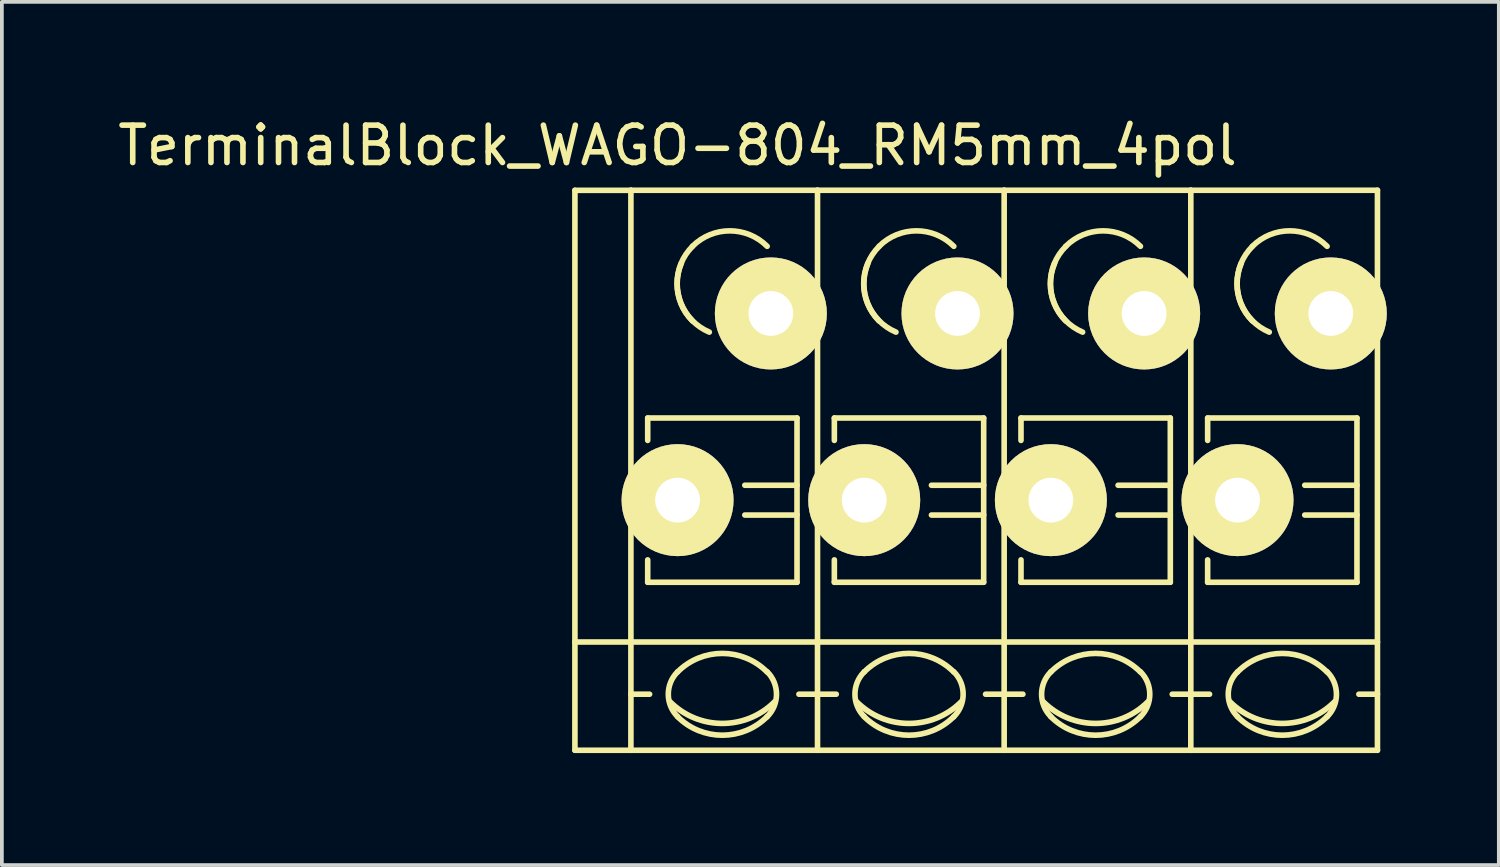
<source format=kicad_pcb>
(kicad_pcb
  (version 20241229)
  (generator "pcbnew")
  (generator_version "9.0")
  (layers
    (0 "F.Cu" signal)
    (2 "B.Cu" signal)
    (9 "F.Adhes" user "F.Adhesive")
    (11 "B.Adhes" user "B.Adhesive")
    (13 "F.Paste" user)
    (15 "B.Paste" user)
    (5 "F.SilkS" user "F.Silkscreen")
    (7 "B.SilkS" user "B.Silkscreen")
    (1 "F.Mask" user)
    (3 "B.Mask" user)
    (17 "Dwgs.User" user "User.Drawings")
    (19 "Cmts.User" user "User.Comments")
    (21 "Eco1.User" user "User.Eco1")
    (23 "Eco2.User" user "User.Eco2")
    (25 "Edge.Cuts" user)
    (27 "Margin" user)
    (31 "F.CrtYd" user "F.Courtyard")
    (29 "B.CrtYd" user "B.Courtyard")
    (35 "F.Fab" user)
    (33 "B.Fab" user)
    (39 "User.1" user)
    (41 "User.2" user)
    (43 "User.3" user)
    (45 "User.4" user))
  (footprint "TerminalBlock_WAGO-804_RM5mm_4pol"
    (layer "F.Cu")
    (at 15.101 10.348)
    (property "Reference" "TerminalBlock_WAGO-804_RM5mm_4pol" (at 0 -9.5 0) (layer "F.SilkS") (effects (font (size 1 1) (thickness 0.15))))
    (attr through_hole)
    (fp_line (start -2.75 -8.3) (end -1.25 -8.3) (stroke (width 0.15) (type solid)) (layer "F.SilkS"))
    (fp_line (start -2.75 6.7) (end -2.75 -8.3) (stroke (width 0.15) (type solid)) (layer "F.SilkS"))
    (fp_line (start -1.25 6.7) (end -2.75 6.7) (stroke (width 0.15) (type solid)) (layer "F.SilkS"))
    (fp_line (start -1.25 5.199) (end -0.749 5.199) (stroke (width 0.15) (type solid)) (layer "F.SilkS"))
    (fp_line (start -1.25 6.701) (end -1.25 -8.301) (stroke (width 0.15) (type solid)) (layer "F.SilkS"))
    (fp_line (start -0.8 -2.2) (end -0.8 -1.6) (stroke (width 0.15) (type solid)) (layer "F.SilkS"))
    (fp_line (start -0.8 -2.2) (end 3.2 -2.2) (stroke (width 0.15) (type solid)) (layer "F.SilkS"))
    (fp_line (start -0.8 2.2) (end -0.8 1.6) (stroke (width 0.15) (type solid)) (layer "F.SilkS"))
    (fp_line (start 3.2 -2.2) (end 3.2 2.2) (stroke (width 0.15) (type solid)) (layer "F.SilkS"))
    (fp_line (start 3.2 -0.399) (end 1.801 -0.399) (stroke (width 0.15) (type solid)) (layer "F.SilkS"))
    (fp_line (start 3.2 0.399) (end 1.801 0.399) (stroke (width 0.15) (type solid)) (layer "F.SilkS"))
    (fp_line (start 3.2 2.2) (end -0.8 2.2) (stroke (width 0.15) (type solid)) (layer "F.SilkS"))
    (fp_line (start 3.749 -8.301) (end -1.25 -8.301) (stroke (width 0.15) (type solid)) (layer "F.SilkS"))
    (fp_line (start 3.749 -8.301) (end 3.749 6.701) (stroke (width 0.15) (type solid)) (layer "F.SilkS"))
    (fp_line (start 3.749 5.199) (end 3.251 5.199) (stroke (width 0.15) (type solid)) (layer "F.SilkS"))
    (fp_line (start 3.749 6.701) (end -1.25 6.701) (stroke (width 0.15) (type solid)) (layer "F.SilkS"))
    (fp_line (start 3.75 3.8) (end -2.75 3.8) (stroke (width 0.15) (type solid)) (layer "F.SilkS"))
    (fp_line (start 3.75 3.8) (end 8.75 3.8) (stroke (width 0.15) (type solid)) (layer "F.SilkS"))
    (fp_line (start 3.75 5.199) (end 4.251 5.199) (stroke (width 0.15) (type solid)) (layer "F.SilkS"))
    (fp_line (start 4.2 -2.2) (end 4.2 -1.6) (stroke (width 0.15) (type solid)) (layer "F.SilkS"))
    (fp_line (start 4.2 -2.2) (end 8.2 -2.2) (stroke (width 0.15) (type solid)) (layer "F.SilkS"))
    (fp_line (start 4.2 2.2) (end 4.2 1.6) (stroke (width 0.15) (type solid)) (layer "F.SilkS"))
    (fp_line (start 8.2 -2.2) (end 8.2 2.2) (stroke (width 0.15) (type solid)) (layer "F.SilkS"))
    (fp_line (start 8.2 -0.399) (end 6.801 -0.399) (stroke (width 0.15) (type solid)) (layer "F.SilkS"))
    (fp_line (start 8.2 0.399) (end 6.801 0.399) (stroke (width 0.15) (type solid)) (layer "F.SilkS"))
    (fp_line (start 8.2 2.2) (end 4.2 2.2) (stroke (width 0.15) (type solid)) (layer "F.SilkS"))
    (fp_line (start 8.749 -8.301) (end 3.75 -8.301) (stroke (width 0.15) (type solid)) (layer "F.SilkS"))
    (fp_line (start 8.749 -8.301) (end 8.749 6.701) (stroke (width 0.15) (type solid)) (layer "F.SilkS"))
    (fp_line (start 8.749 5.199) (end 8.251 5.199) (stroke (width 0.15) (type solid)) (layer "F.SilkS"))
    (fp_line (start 8.749 6.701) (end 3.75 6.701) (stroke (width 0.15) (type solid)) (layer "F.SilkS"))
    (fp_line (start 8.75 3.8) (end 13.75 3.8) (stroke (width 0.15) (type solid)) (layer "F.SilkS"))
    (fp_line (start 8.75 5.199) (end 9.251 5.199) (stroke (width 0.15) (type solid)) (layer "F.SilkS"))
    (fp_line (start 9.2 -2.2) (end 9.2 -1.6) (stroke (width 0.15) (type solid)) (layer "F.SilkS"))
    (fp_line (start 9.2 -2.2) (end 13.2 -2.2) (stroke (width 0.15) (type solid)) (layer "F.SilkS"))
    (fp_line (start 9.2 2.2) (end 9.2 1.6) (stroke (width 0.15) (type solid)) (layer "F.SilkS"))
    (fp_line (start 13.2 -2.2) (end 13.2 2.2) (stroke (width 0.15) (type solid)) (layer "F.SilkS"))
    (fp_line (start 13.2 -0.399) (end 11.801 -0.399) (stroke (width 0.15) (type solid)) (layer "F.SilkS"))
    (fp_line (start 13.2 0.399) (end 11.801 0.399) (stroke (width 0.15) (type solid)) (layer "F.SilkS"))
    (fp_line (start 13.2 2.2) (end 9.2 2.2) (stroke (width 0.15) (type solid)) (layer "F.SilkS"))
    (fp_line (start 13.749 -8.301) (end 8.75 -8.301) (stroke (width 0.15) (type solid)) (layer "F.SilkS"))
    (fp_line (start 13.749 -8.301) (end 13.749 6.701) (stroke (width 0.15) (type solid)) (layer "F.SilkS"))
    (fp_line (start 13.749 5.199) (end 13.251 5.199) (stroke (width 0.15) (type solid)) (layer "F.SilkS"))
    (fp_line (start 13.749 6.701) (end 8.75 6.701) (stroke (width 0.15) (type solid)) (layer "F.SilkS"))
    (fp_line (start 13.75 3.8) (end 18.75 3.8) (stroke (width 0.15) (type solid)) (layer "F.SilkS"))
    (fp_line (start 13.75 5.199) (end 14.251 5.199) (stroke (width 0.15) (type solid)) (layer "F.SilkS"))
    (fp_line (start 14.2 -2.2) (end 14.2 -1.6) (stroke (width 0.15) (type solid)) (layer "F.SilkS"))
    (fp_line (start 14.2 -2.2) (end 18.2 -2.2) (stroke (width 0.15) (type solid)) (layer "F.SilkS"))
    (fp_line (start 14.2 2.2) (end 14.2 1.6) (stroke (width 0.15) (type solid)) (layer "F.SilkS"))
    (fp_line (start 18.2 -2.2) (end 18.2 2.2) (stroke (width 0.15) (type solid)) (layer "F.SilkS"))
    (fp_line (start 18.2 -0.399) (end 16.801 -0.399) (stroke (width 0.15) (type solid)) (layer "F.SilkS"))
    (fp_line (start 18.2 0.399) (end 16.801 0.399) (stroke (width 0.15) (type solid)) (layer "F.SilkS"))
    (fp_line (start 18.2 2.2) (end 14.2 2.2) (stroke (width 0.15) (type solid)) (layer "F.SilkS"))
    (fp_line (start 18.749 -8.301) (end 13.75 -8.301) (stroke (width 0.15) (type solid)) (layer "F.SilkS"))
    (fp_line (start 18.749 -8.301) (end 18.749 6.701) (stroke (width 0.15) (type solid)) (layer "F.SilkS"))
    (fp_line (start 18.749 5.199) (end 18.251 5.199) (stroke (width 0.15) (type solid)) (layer "F.SilkS"))
    (fp_line (start 18.749 6.701) (end 13.75 6.701) (stroke (width 0.15) (type solid)) (layer "F.SilkS"))
    (fp_arc (start 0 4.60248) (mid 1.19888 4.105888) (end 2.39776 4.60248) (stroke (width 0.15) (type solid)) (layer "F.SilkS"))
    (fp_arc (start 0 5.79882) (mid -0.248296 5.19938) (end 0 4.59994) (stroke (width 0.15) (type solid)) (layer "F.SilkS"))
    (fp_arc (start 0.39878 -6.79958) (mid 1.39954 -7.214108) (end 2.4003 -6.79958) (stroke (width 0.15) (type solid)) (layer "F.SilkS"))
    (fp_arc (start 0.39878 -4.8006) (mid -0.013952 -5.800616) (end 0.40132 -6.79958) (stroke (width 0.15) (type solid)) (layer "F.SilkS"))
    (fp_arc (start 0.8509 -4.50088) (mid 0.093811 -5.268985) (end 0.1016 -6.34746) (stroke (width 0.15) (type solid)) (layer "F.SilkS"))
    (fp_arc (start 2.4003 5.79882) (mid 1.200676 6.297208) (end 0 5.80136) (stroke (width 0.15) (type solid)) (layer "F.SilkS"))
    (fp_arc (start 2.40284 4.59994) (mid 2.650392 5.201176) (end 2.4003 5.80136) (stroke (width 0.15) (type solid)) (layer "F.SilkS"))
    (fp_arc (start 2.60096 5.40004) (mid 1.200676 5.981545) (end -0.20066 5.40258) (stroke (width 0.15) (type solid)) (layer "F.SilkS"))
    (fp_arc (start 5 4.60248) (mid 6.19888 4.105888) (end 7.39776 4.60248) (stroke (width 0.15) (type solid)) (layer "F.SilkS"))
    (fp_arc (start 5 5.79882) (mid 4.751704 5.19938) (end 5 4.59994) (stroke (width 0.15) (type solid)) (layer "F.SilkS"))
    (fp_arc (start 5.39878 -6.79958) (mid 6.39954 -7.214108) (end 7.4003 -6.79958) (stroke (width 0.15) (type solid)) (layer "F.SilkS"))
    (fp_arc (start 5.39878 -4.8006) (mid 4.986048 -5.800616) (end 5.40132 -6.79958) (stroke (width 0.15) (type solid)) (layer "F.SilkS"))
    (fp_arc (start 5.8509 -4.50088) (mid 5.093811 -5.268985) (end 5.1016 -6.34746) (stroke (width 0.15) (type solid)) (layer "F.SilkS"))
    (fp_arc (start 7.4003 5.79882) (mid 6.200676 6.297208) (end 5 5.80136) (stroke (width 0.15) (type solid)) (layer "F.SilkS"))
    (fp_arc (start 7.40284 4.59994) (mid 7.650392 5.201176) (end 7.4003 5.80136) (stroke (width 0.15) (type solid)) (layer "F.SilkS"))
    (fp_arc (start 7.60096 5.40004) (mid 6.200676 5.981545) (end 4.79934 5.40258) (stroke (width 0.15) (type solid)) (layer "F.SilkS"))
    (fp_arc (start 10 4.60248) (mid 11.19888 4.105888) (end 12.39776 4.60248) (stroke (width 0.15) (type solid)) (layer "F.SilkS"))
    (fp_arc (start 10 5.79882) (mid 9.751704 5.19938) (end 10 4.59994) (stroke (width 0.15) (type solid)) (layer "F.SilkS"))
    (fp_arc (start 10.39878 -6.79958) (mid 11.39954 -7.214108) (end 12.4003 -6.79958) (stroke (width 0.15) (type solid)) (layer "F.SilkS"))
    (fp_arc (start 10.39878 -4.8006) (mid 9.986048 -5.800616) (end 10.40132 -6.79958) (stroke (width 0.15) (type solid)) (layer "F.SilkS"))
    (fp_arc (start 10.8509 -4.50088) (mid 10.093811 -5.268985) (end 10.1016 -6.34746) (stroke (width 0.15) (type solid)) (layer "F.SilkS"))
    (fp_arc (start 12.4003 5.79882) (mid 11.200676 6.297208) (end 10 5.80136) (stroke (width 0.15) (type solid)) (layer "F.SilkS"))
    (fp_arc (start 12.40284 4.59994) (mid 12.650392 5.201176) (end 12.4003 5.80136) (stroke (width 0.15) (type solid)) (layer "F.SilkS"))
    (fp_arc (start 12.60096 5.40004) (mid 11.200676 5.981545) (end 9.79934 5.40258) (stroke (width 0.15) (type solid)) (layer "F.SilkS"))
    (fp_arc (start 15 4.60248) (mid 16.19888 4.105888) (end 17.39776 4.60248) (stroke (width 0.15) (type solid)) (layer "F.SilkS"))
    (fp_arc (start 15 5.79882) (mid 14.751704 5.19938) (end 15 4.59994) (stroke (width 0.15) (type solid)) (layer "F.SilkS"))
    (fp_arc (start 15.39878 -6.79958) (mid 16.39954 -7.214108) (end 17.4003 -6.79958) (stroke (width 0.15) (type solid)) (layer "F.SilkS"))
    (fp_arc (start 15.39878 -4.8006) (mid 14.986048 -5.800616) (end 15.40132 -6.79958) (stroke (width 0.15) (type solid)) (layer "F.SilkS"))
    (fp_arc (start 15.8509 -4.50088) (mid 15.093811 -5.268985) (end 15.1016 -6.34746) (stroke (width 0.15) (type solid)) (layer "F.SilkS"))
    (fp_arc (start 17.4003 5.79882) (mid 16.200676 6.297208) (end 15 5.80136) (stroke (width 0.15) (type solid)) (layer "F.SilkS"))
    (fp_arc (start 17.40284 4.59994) (mid 17.650392 5.201176) (end 17.4003 5.80136) (stroke (width 0.15) (type solid)) (layer "F.SilkS"))
    (fp_arc (start 17.60096 5.40004) (mid 16.200676 5.981545) (end 14.79934 5.40258) (stroke (width 0.15) (type solid)) (layer "F.SilkS"))
    (pad "1" thru_hole circle (at 0 0) (size 3 3) (drill 1.2) (layers "*.Cu" "*.Mask" "F.SilkS"))
    (pad "1" thru_hole circle (at 2.499 -5.001) (size 3 3) (drill 1.2) (layers "*.Cu" "*.Mask" "F.SilkS"))
    (pad "2" thru_hole circle (at 5 0) (size 3 3) (drill 1.2) (layers "*.Cu" "*.Mask" "F.SilkS"))
    (pad "2" thru_hole circle (at 7.499 -5.001) (size 3 3) (drill 1.2) (layers "*.Cu" "*.Mask" "F.SilkS"))
    (pad "3" thru_hole circle (at 10 0) (size 3 3) (drill 1.2) (layers "*.Cu" "*.Mask" "F.SilkS"))
    (pad "3" thru_hole circle (at 12.499 -5.001) (size 3 3) (drill 1.2) (layers "*.Cu" "*.Mask" "F.SilkS"))
    (pad "4" thru_hole circle (at 15 0) (size 3 3) (drill 1.2) (layers "*.Cu" "*.Mask" "F.SilkS"))
    (pad "4" thru_hole circle (at 17.499 -5.001) (size 3 3) (drill 1.2) (layers "*.Cu" "*.Mask" "F.SilkS")))
  (gr_rect
    (start -3 -3)
    (end 37.101 20.124)
    (stroke (width 0.1) (type default))
    (fill no)
    (layer "Edge.Cuts")))
</source>
